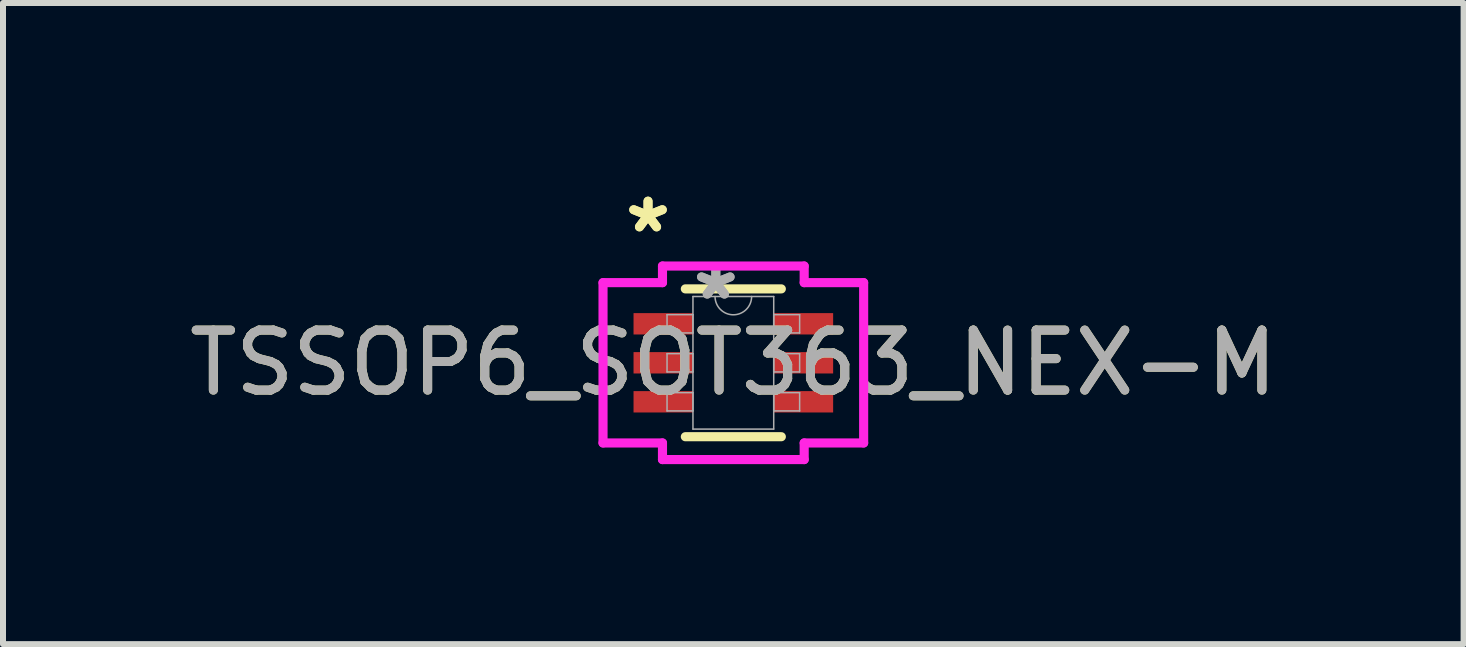
<source format=kicad_pcb>
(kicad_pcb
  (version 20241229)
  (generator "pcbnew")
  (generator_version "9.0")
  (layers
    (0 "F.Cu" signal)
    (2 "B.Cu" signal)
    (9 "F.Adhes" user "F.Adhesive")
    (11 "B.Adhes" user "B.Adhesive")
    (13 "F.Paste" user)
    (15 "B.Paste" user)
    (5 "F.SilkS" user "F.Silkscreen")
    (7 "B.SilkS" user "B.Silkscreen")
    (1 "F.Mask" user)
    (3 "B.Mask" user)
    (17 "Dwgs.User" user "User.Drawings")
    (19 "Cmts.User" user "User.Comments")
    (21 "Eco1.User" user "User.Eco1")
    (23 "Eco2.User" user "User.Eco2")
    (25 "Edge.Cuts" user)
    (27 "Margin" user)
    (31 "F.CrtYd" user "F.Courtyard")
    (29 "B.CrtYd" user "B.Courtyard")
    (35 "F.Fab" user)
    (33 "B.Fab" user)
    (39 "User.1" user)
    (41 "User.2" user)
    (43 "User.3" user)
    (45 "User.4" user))
  (footprint "TSSOP6_SOT363_NEX-M"
    (layer "F.Cu")
    (at 9.173 2.997)
    (property "Reference" "TSSOP6_SOT363_NEX-M" (at 0 0 0) (unlocked yes) (layer "F.SilkS") (effects (font (size 1 1) (thickness 0.15))))
    (attr smd)
    (fp_line (start -0.8 1.232) (end 0.8 1.232) (stroke (width 0.152) (type solid)) (layer "F.SilkS"))
    (fp_line (start 0.8 -1.232) (end -0.8 -1.232) (stroke (width 0.152) (type solid)) (layer "F.SilkS"))
    (fp_line (start -2.172 -1.336) (end -1.181 -1.336) (stroke (width 0.152) (type solid)) (layer "F.CrtYd"))
    (fp_line (start -2.172 1.336) (end -2.172 -1.336) (stroke (width 0.152) (type solid)) (layer "F.CrtYd"))
    (fp_line (start -2.172 1.336) (end -1.181 1.336) (stroke (width 0.152) (type solid)) (layer "F.CrtYd"))
    (fp_line (start -1.181 -1.613) (end 1.181 -1.613) (stroke (width 0.152) (type solid)) (layer "F.CrtYd"))
    (fp_line (start -1.181 -1.336) (end -1.181 -1.613) (stroke (width 0.152) (type solid)) (layer "F.CrtYd"))
    (fp_line (start -1.181 1.613) (end -1.181 1.336) (stroke (width 0.152) (type solid)) (layer "F.CrtYd"))
    (fp_line (start 1.181 -1.613) (end 1.181 -1.336) (stroke (width 0.152) (type solid)) (layer "F.CrtYd"))
    (fp_line (start 1.181 1.336) (end 1.181 1.613) (stroke (width 0.152) (type solid)) (layer "F.CrtYd"))
    (fp_line (start 1.181 1.613) (end -1.181 1.613) (stroke (width 0.152) (type solid)) (layer "F.CrtYd"))
    (fp_line (start 2.172 -1.336) (end 1.181 -1.336) (stroke (width 0.152) (type solid)) (layer "F.CrtYd"))
    (fp_line (start 2.172 -1.336) (end 2.172 1.336) (stroke (width 0.152) (type solid)) (layer "F.CrtYd"))
    (fp_line (start 2.172 1.336) (end 1.181 1.336) (stroke (width 0.152) (type solid)) (layer "F.CrtYd"))
    (fp_line (start -1.105 -0.802) (end -1.105 -0.498) (stroke (width 0.025) (type solid)) (layer "F.Fab"))
    (fp_line (start -1.105 -0.498) (end -0.673 -0.498) (stroke (width 0.025) (type solid)) (layer "F.Fab"))
    (fp_line (start -1.105 -0.152) (end -1.105 0.152) (stroke (width 0.025) (type solid)) (layer "F.Fab"))
    (fp_line (start -1.105 0.152) (end -0.673 0.152) (stroke (width 0.025) (type solid)) (layer "F.Fab"))
    (fp_line (start -1.105 0.498) (end -1.105 0.802) (stroke (width 0.025) (type solid)) (layer "F.Fab"))
    (fp_line (start -1.105 0.802) (end -0.673 0.802) (stroke (width 0.025) (type solid)) (layer "F.Fab"))
    (fp_line (start -0.673 -1.105) (end -0.673 1.105) (stroke (width 0.025) (type solid)) (layer "F.Fab"))
    (fp_line (start -0.673 -0.802) (end -1.105 -0.802) (stroke (width 0.025) (type solid)) (layer "F.Fab"))
    (fp_line (start -0.673 -0.498) (end -0.673 -0.802) (stroke (width 0.025) (type solid)) (layer "F.Fab"))
    (fp_line (start -0.673 -0.152) (end -1.105 -0.152) (stroke (width 0.025) (type solid)) (layer "F.Fab"))
    (fp_line (start -0.673 0.152) (end -0.673 -0.152) (stroke (width 0.025) (type solid)) (layer "F.Fab"))
    (fp_line (start -0.673 0.498) (end -1.105 0.498) (stroke (width 0.025) (type solid)) (layer "F.Fab"))
    (fp_line (start -0.673 0.802) (end -0.673 0.498) (stroke (width 0.025) (type solid)) (layer "F.Fab"))
    (fp_line (start -0.673 1.105) (end 0.673 1.105) (stroke (width 0.025) (type solid)) (layer "F.Fab"))
    (fp_line (start 0.673 -1.105) (end -0.673 -1.105) (stroke (width 0.025) (type solid)) (layer "F.Fab"))
    (fp_line (start 0.673 -0.802) (end 0.673 -0.498) (stroke (width 0.025) (type solid)) (layer "F.Fab"))
    (fp_line (start 0.673 -0.498) (end 1.105 -0.498) (stroke (width 0.025) (type solid)) (layer "F.Fab"))
    (fp_line (start 0.673 -0.152) (end 0.673 0.152) (stroke (width 0.025) (type solid)) (layer "F.Fab"))
    (fp_line (start 0.673 0.152) (end 1.105 0.152) (stroke (width 0.025) (type solid)) (layer "F.Fab"))
    (fp_line (start 0.673 0.498) (end 0.673 0.802) (stroke (width 0.025) (type solid)) (layer "F.Fab"))
    (fp_line (start 0.673 0.802) (end 1.105 0.802) (stroke (width 0.025) (type solid)) (layer "F.Fab"))
    (fp_line (start 0.673 1.105) (end 0.673 -1.105) (stroke (width 0.025) (type solid)) (layer "F.Fab"))
    (fp_line (start 1.105 -0.802) (end 0.673 -0.802) (stroke (width 0.025) (type solid)) (layer "F.Fab"))
    (fp_line (start 1.105 -0.498) (end 1.105 -0.802) (stroke (width 0.025) (type solid)) (layer "F.Fab"))
    (fp_line (start 1.105 -0.152) (end 0.673 -0.152) (stroke (width 0.025) (type solid)) (layer "F.Fab"))
    (fp_line (start 1.105 0.152) (end 1.105 -0.152) (stroke (width 0.025) (type solid)) (layer "F.Fab"))
    (fp_line (start 1.105 0.498) (end 0.673 0.498) (stroke (width 0.025) (type solid)) (layer "F.Fab"))
    (fp_line (start 1.105 0.802) (end 1.105 0.498) (stroke (width 0.025) (type solid)) (layer "F.Fab"))
    (fp_arc (start 0.3048 -1.1049) (mid 0 -0.8001) (end -0.3048 -1.1049) (stroke (width 0.0254) (type solid)) (layer "F.Fab"))
    (fp_text user "*" (at -1.422 -2.149 0) (layer "F.SilkS") (effects (font (size 1 1) (thickness 0.15))))
    (fp_text user "*" (at -1.422 -2.149 0) (unlocked yes) (layer "F.SilkS") (effects (font (size 1 1) (thickness 0.15))))
    (fp_text user "*" (at -0.292 -1.029 0) (unlocked yes) (layer "F.Fab") (effects (font (size 1 1) (thickness 0.15))))
    (fp_text user "*" (at -0.292 -1.029 0) (layer "F.Fab") (effects (font (size 1 1) (thickness 0.15))))
    (fp_text user "${REFERENCE}" (at 0 0 0) (unlocked yes) (layer "F.Fab") (effects (font (size 1 1) (thickness 0.15))))
    (pad "1" smd rect (at -1.168 -0.65) (size 0.991 0.356) (layers "F.Cu" "F.Mask" "F.Paste"))
    (pad "2" smd rect (at -1.168 0) (size 0.991 0.356) (layers "F.Cu" "F.Mask" "F.Paste"))
    (pad "3" smd rect (at -1.168 0.65) (size 0.991 0.356) (layers "F.Cu" "F.Mask" "F.Paste"))
    (pad "4" smd rect (at 1.168 0.65) (size 0.991 0.356) (layers "F.Cu" "F.Mask" "F.Paste"))
    (pad "5" smd rect (at 1.168 0) (size 0.991 0.356) (layers "F.Cu" "F.Mask" "F.Paste"))
    (pad "6" smd rect (at 1.168 -0.65) (size 0.991 0.356) (layers "F.Cu" "F.Mask" "F.Paste")))
  (gr_rect
    (start -3 -3)
    (end 21.345 7.686)
    (stroke (width 0.1) (type default))
    (fill no)
    (layer "Edge.Cuts")))
</source>
